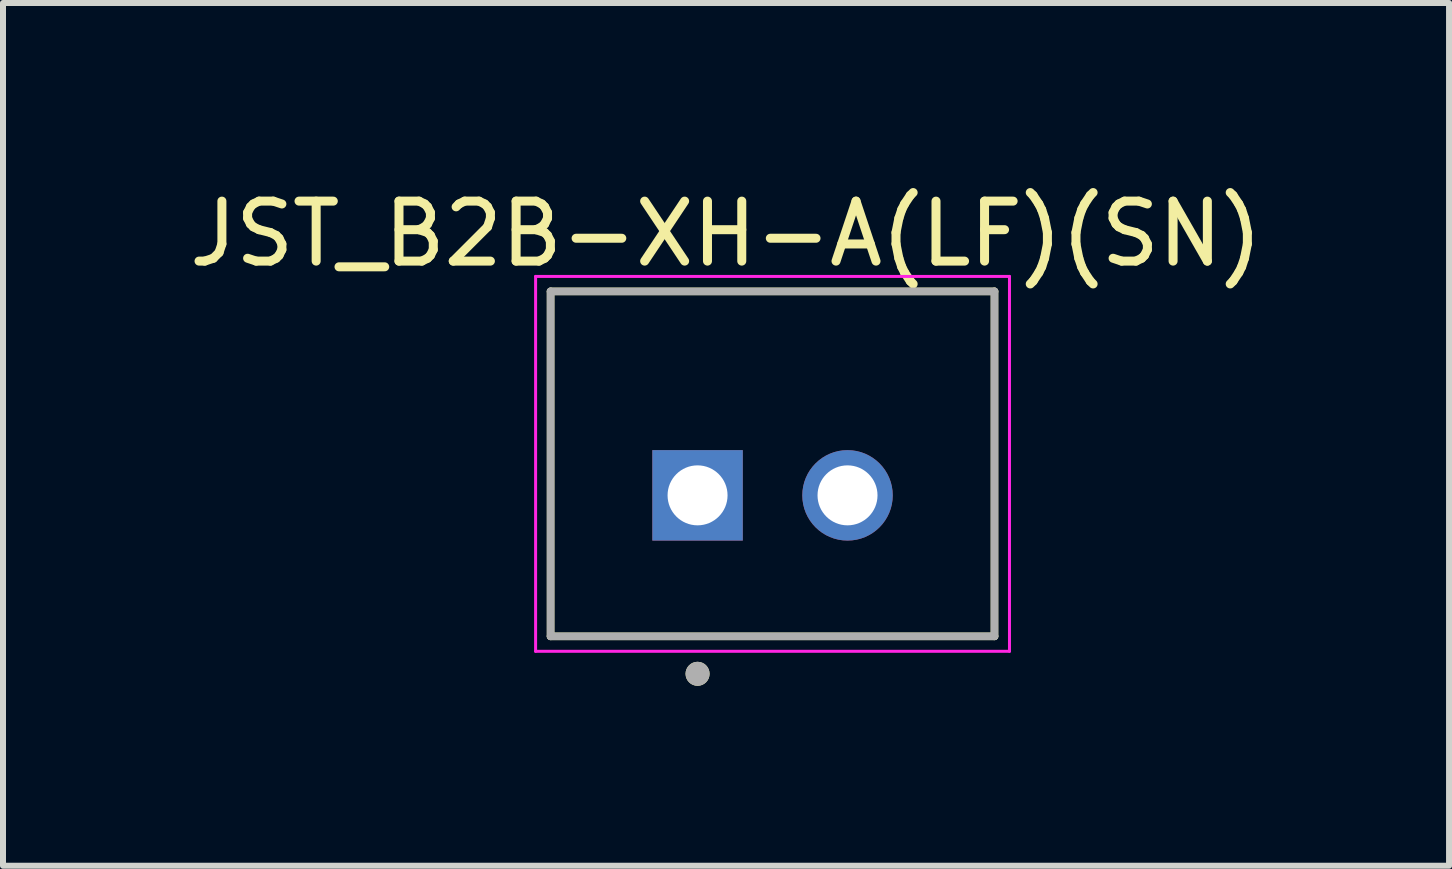
<source format=kicad_pcb>
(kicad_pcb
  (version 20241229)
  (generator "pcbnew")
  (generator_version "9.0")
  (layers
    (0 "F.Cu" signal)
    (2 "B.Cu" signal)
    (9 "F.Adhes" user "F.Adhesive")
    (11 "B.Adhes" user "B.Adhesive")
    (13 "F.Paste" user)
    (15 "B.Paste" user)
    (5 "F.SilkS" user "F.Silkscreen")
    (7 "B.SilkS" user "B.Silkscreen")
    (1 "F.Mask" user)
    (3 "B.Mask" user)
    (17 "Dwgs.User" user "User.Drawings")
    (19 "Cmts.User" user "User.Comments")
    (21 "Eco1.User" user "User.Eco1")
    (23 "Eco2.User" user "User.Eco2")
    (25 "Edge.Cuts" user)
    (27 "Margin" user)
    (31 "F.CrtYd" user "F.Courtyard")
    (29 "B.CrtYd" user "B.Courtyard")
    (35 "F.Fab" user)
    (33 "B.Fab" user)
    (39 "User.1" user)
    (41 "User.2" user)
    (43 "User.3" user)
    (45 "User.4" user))
  (footprint "JST_B2B-XH-A(LF)(SN)"
    (layer "F.Cu")
    (at 9.829 4.683)
    (property "Reference" "JST_B2B-XH-A(LF)(SN)" (at -0.775 -3.835 0) (layer "F.SilkS") (effects (font (size 1 1) (thickness 0.15))))
    (attr through_hole)
    (fp_line (start -3.7 -2.875) (end 3.7 -2.875) (stroke (width 0.127) (type solid)) (layer "F.SilkS"))
    (fp_line (start -3.7 2.875) (end -3.7 -2.875) (stroke (width 0.127) (type solid)) (layer "F.SilkS"))
    (fp_line (start 3.7 -2.875) (end 3.7 2.875) (stroke (width 0.127) (type solid)) (layer "F.SilkS"))
    (fp_line (start 3.7 2.875) (end -3.7 2.875) (stroke (width 0.127) (type solid)) (layer "F.SilkS"))
    (fp_circle (center -1.25 3.5) (end -1.15 3.5) (stroke (width 0.2) (type solid)) (fill no) (layer "F.SilkS"))
    (fp_line (start -3.95 -3.125) (end 3.95 -3.125) (stroke (width 0.05) (type solid)) (layer "F.CrtYd"))
    (fp_line (start -3.95 3.125) (end -3.95 -3.125) (stroke (width 0.05) (type solid)) (layer "F.CrtYd"))
    (fp_line (start 3.95 -3.125) (end 3.95 3.125) (stroke (width 0.05) (type solid)) (layer "F.CrtYd"))
    (fp_line (start 3.95 3.125) (end -3.95 3.125) (stroke (width 0.05) (type solid)) (layer "F.CrtYd"))
    (fp_line (start -3.7 -2.875) (end 3.7 -2.875) (stroke (width 0.127) (type solid)) (layer "F.Fab"))
    (fp_line (start -3.7 2.875) (end -3.7 -2.875) (stroke (width 0.127) (type solid)) (layer "F.Fab"))
    (fp_line (start 3.7 -2.875) (end 3.7 2.875) (stroke (width 0.127) (type solid)) (layer "F.Fab"))
    (fp_line (start 3.7 2.875) (end -3.7 2.875) (stroke (width 0.127) (type solid)) (layer "F.Fab"))
    (fp_circle (center -1.25 3.5) (end -1.15 3.5) (stroke (width 0.2) (type solid)) (fill no) (layer "F.Fab"))
    (pad "1" thru_hole rect (at -1.25 0.525) (size 1.508 1.508) (drill 1) (layers "*.Cu" "*.Mask"))
    (pad "2" thru_hole circle (at 1.25 0.525) (size 1.508 1.508) (drill 1) (layers "*.Cu" "*.Mask")))
  (gr_rect
    (start -3 -3)
    (end 21.107 11.383)
    (stroke (width 0.1) (type default))
    (fill no)
    (layer "Edge.Cuts")))
</source>
